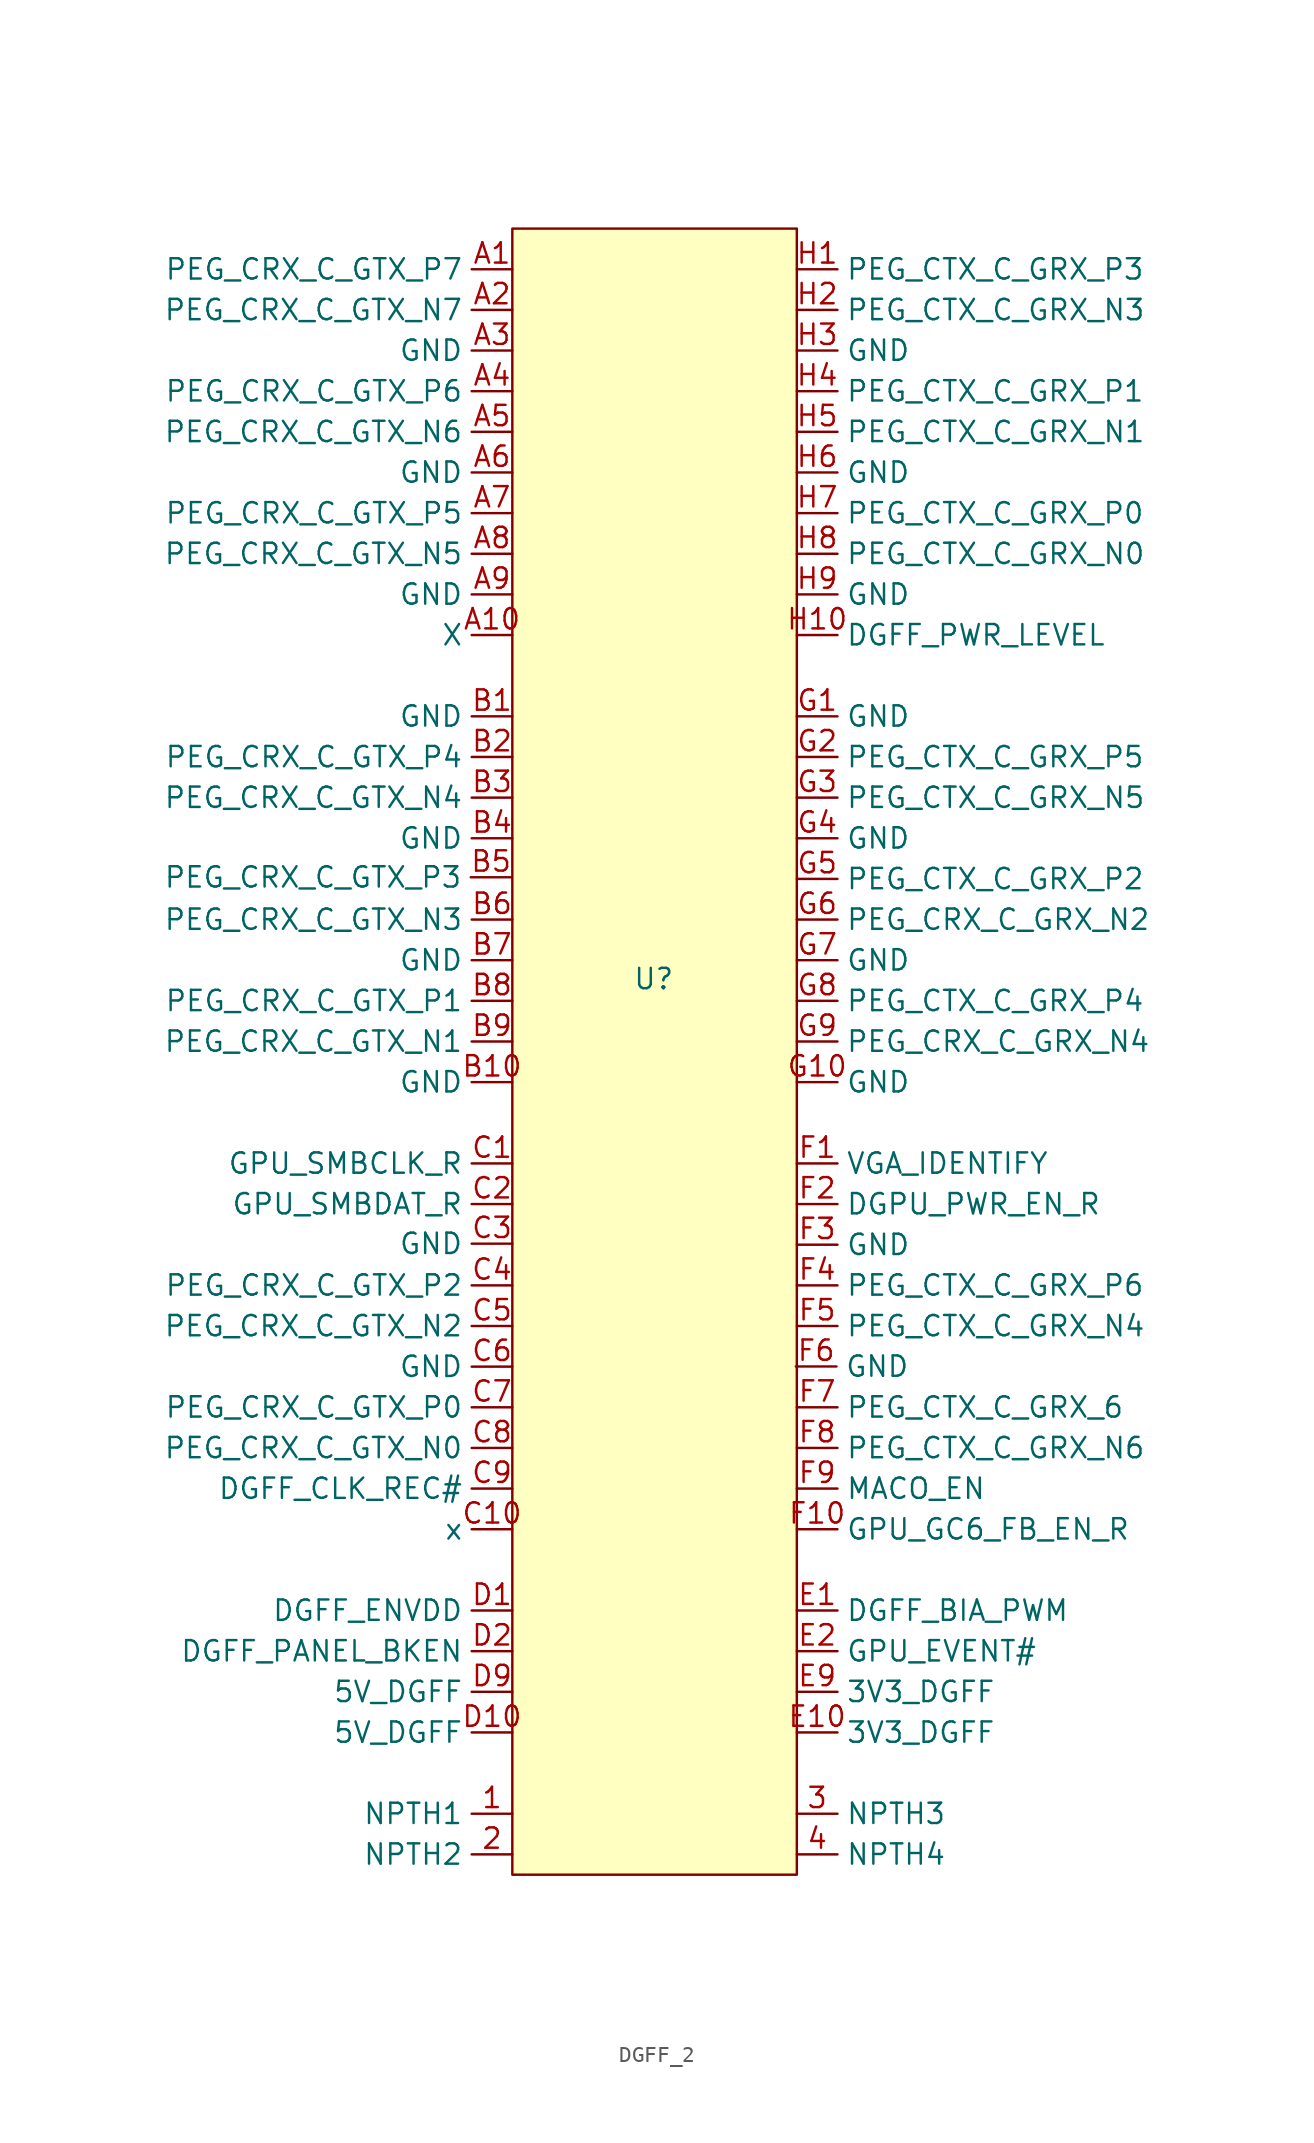
<source format=kicad_sym>
(kicad_symbol_lib
  (version 20231120)
  (generator "kicad_symbol_editor")
  (generator_version "8.0")
  (symbol "DGFF_2"
    (property "Reference" "U"
      (at 0 0 0)
      (effects (font (size 1.27 1.27))))
    (property "Value" ""
      (at 0 0 0)
      (effects (font (size 1.27 1.27))))
    (property "ki_locked" ""
      (at 0 0 0)
      (effects (font (size 1.27 1.27))))
    (symbol "DGFF_2_1_1"
      (rectangle (start -8.833 46.887) (end 8.947 -55.983) (stroke (width 0) (type default)) (fill (type background)))
      (pin input line (at -8.833 -52.173 180) (length 2.54) (name "NPTH1" (effects (font (size 1.27 1.27)))) (number "1" (effects (font (size 1.27 1.27)))))
      (pin input line (at -8.833 -54.713 180) (length 2.54) (name "NPTH2" (effects (font (size 1.27 1.27)))) (number "2" (effects (font (size 1.27 1.27)))))
      (pin input line (at 8.947 -52.173 0) (length 2.54) (name "NPTH3" (effects (font (size 1.27 1.27)))) (number "3" (effects (font (size 1.27 1.27)))))
      (pin input line (at 8.947 -54.713 0) (length 2.54) (name "NPTH4" (effects (font (size 1.27 1.27)))) (number "4" (effects (font (size 1.27 1.27)))))
      (pin input line (at -8.833 44.347 180) (length 2.54) (name "PEG_CRX_C_GTX_P7" (effects (font (size 1.27 1.27)))) (number "A1" (effects (font (size 1.27 1.27)))))
      (pin input line (at -8.833 21.487 180) (length 2.54) (name "X" (effects (font (size 1.27 1.27)))) (number "A10" (effects (font (size 1.27 1.27)))))
      (pin input line (at -8.833 41.807 180) (length 2.54) (name "PEG_CRX_C_GTX_N7" (effects (font (size 1.27 1.27)))) (number "A2" (effects (font (size 1.27 1.27)))))
      (pin input line (at -8.833 39.267 180) (length 2.54) (name "GND" (effects (font (size 1.27 1.27)))) (number "A3" (effects (font (size 1.27 1.27)))))
      (pin input line (at -8.833 36.727 180) (length 2.54) (name "PEG_CRX_C_GTX_P6" (effects (font (size 1.27 1.27)))) (number "A4" (effects (font (size 1.27 1.27)))))
      (pin input line (at -8.833 34.187 180) (length 2.54) (name "PEG_CRX_C_GTX_N6" (effects (font (size 1.27 1.27)))) (number "A5" (effects (font (size 1.27 1.27)))))
      (pin input line (at -8.833 31.647 180) (length 2.54) (name "GND" (effects (font (size 1.27 1.27)))) (number "A6" (effects (font (size 1.27 1.27)))))
      (pin input line (at -8.833 29.107 180) (length 2.54) (name "PEG_CRX_C_GTX_P5" (effects (font (size 1.27 1.27)))) (number "A7" (effects (font (size 1.27 1.27)))))
      (pin input line (at -8.833 26.567 180) (length 2.54) (name "PEG_CRX_C_GTX_N5" (effects (font (size 1.27 1.27)))) (number "A8" (effects (font (size 1.27 1.27)))))
      (pin input line (at -8.833 24.027 180) (length 2.54) (name "GND" (effects (font (size 1.27 1.27)))) (number "A9" (effects (font (size 1.27 1.27)))))
      (pin input line (at -8.833 16.407 180) (length 2.54) (name "GND" (effects (font (size 1.27 1.27)))) (number "B1" (effects (font (size 1.27 1.27)))))
      (pin input line (at -8.833 -6.453 180) (length 2.54) (name "GND" (effects (font (size 1.27 1.27)))) (number "B10" (effects (font (size 1.27 1.27)))))
      (pin input line (at -8.833 13.867 180) (length 2.54) (name "PEG_CRX_C_GTX_P4" (effects (font (size 1.27 1.27)))) (number "B2" (effects (font (size 1.27 1.27)))))
      (pin input line (at -8.833 11.327 180) (length 2.54) (name "PEG_CRX_C_GTX_N4" (effects (font (size 1.27 1.27)))) (number "B3" (effects (font (size 1.27 1.27)))))
      (pin input line (at -8.833 8.787 180) (length 2.54) (name "GND" (effects (font (size 1.27 1.27)))) (number "B4" (effects (font (size 1.27 1.27)))))
      (pin input line (at -8.89 6.35 180) (length 2.54) (name "PEG_CRX_C_GTX_P3" (effects (font (size 1.27 1.27)))) (number "B5" (effects (font (size 1.27 1.27)))))
      (pin input line (at -8.833 3.707 180) (length 2.54) (name "PEG_CRX_C_GTX_N3" (effects (font (size 1.27 1.27)))) (number "B6" (effects (font (size 1.27 1.27)))))
      (pin input line (at -8.833 1.167 180) (length 2.54) (name "GND" (effects (font (size 1.27 1.27)))) (number "B7" (effects (font (size 1.27 1.27)))))
      (pin input line (at -8.833 -1.373 180) (length 2.54) (name "PEG_CRX_C_GTX_P1" (effects (font (size 1.27 1.27)))) (number "B8" (effects (font (size 1.27 1.27)))))
      (pin input line (at -8.833 -3.913 180) (length 2.54) (name "PEG_CRX_C_GTX_N1" (effects (font (size 1.27 1.27)))) (number "B9" (effects (font (size 1.27 1.27)))))
      (pin input line (at -8.833 -11.533 180) (length 2.54) (name "GPU_SMBCLK_R" (effects (font (size 1.27 1.27)))) (number "C1" (effects (font (size 1.27 1.27)))))
      (pin input line (at -8.833 -34.393 180) (length 2.54) (name "x" (effects (font (size 1.27 1.27)))) (number "C10" (effects (font (size 1.27 1.27)))))
      (pin input line (at -8.833 -14.073 180) (length 2.54) (name "GPU_SMBDAT_R" (effects (font (size 1.27 1.27)))) (number "C2" (effects (font (size 1.27 1.27)))))
      (pin input line (at -8.833 -16.548 180) (length 2.54) (name "GND" (effects (font (size 1.27 1.27)))) (number "C3" (effects (font (size 1.27 1.27)))))
      (pin input line (at -8.833 -19.153 180) (length 2.54) (name "PEG_CRX_C_GTX_P2" (effects (font (size 1.27 1.27)))) (number "C4" (effects (font (size 1.27 1.27)))))
      (pin input line (at -8.833 -21.693 180) (length 2.54) (name "PEG_CRX_C_GTX_N2" (effects (font (size 1.27 1.27)))) (number "C5" (effects (font (size 1.27 1.27)))))
      (pin input line (at -8.833 -24.233 180) (length 2.54) (name "GND" (effects (font (size 1.27 1.27)))) (number "C6" (effects (font (size 1.27 1.27)))))
      (pin input line (at -8.833 -26.773 180) (length 2.54) (name "PEG_CRX_C_GTX_P0" (effects (font (size 1.27 1.27)))) (number "C7" (effects (font (size 1.27 1.27)))))
      (pin input line (at -8.833 -29.313 180) (length 2.54) (name "PEG_CRX_C_GTX_N0" (effects (font (size 1.27 1.27)))) (number "C8" (effects (font (size 1.27 1.27)))))
      (pin input line (at -8.833 -31.853 180) (length 2.54) (name "DGFF_CLK_REC#" (effects (font (size 1.27 1.27)))) (number "C9" (effects (font (size 1.27 1.27)))))
      (pin input line (at -8.833 -39.473 180) (length 2.54) (name "DGFF_ENVDD" (effects (font (size 1.27 1.27)))) (number "D1" (effects (font (size 1.27 1.27)))))
      (pin input line (at -8.833 -47.093 180) (length 2.54) (name "5V_DGFF" (effects (font (size 1.27 1.27)))) (number "D10" (effects (font (size 1.27 1.27)))))
      (pin input line (at -8.833 -42.013 180) (length 2.54) (name "DGFF_PANEL_BKEN" (effects (font (size 1.27 1.27)))) (number "D2" (effects (font (size 1.27 1.27)))))
      (pin input line (at -8.833 -44.553 180) (length 2.54) (name "5V_DGFF" (effects (font (size 1.27 1.27)))) (number "D9" (effects (font (size 1.27 1.27)))))
      (pin input line (at 8.947 -39.473 0) (length 2.54) (name "DGFF_BIA_PWM" (effects (font (size 1.27 1.27)))) (number "E1" (effects (font (size 1.27 1.27)))))
      (pin input line (at 8.947 -47.093 0) (length 2.54) (name "3V3_DGFF" (effects (font (size 1.27 1.27)))) (number "E10" (effects (font (size 1.27 1.27)))))
      (pin input line (at 8.947 -42.013 0) (length 2.54) (name "GPU_EVENT#" (effects (font (size 1.27 1.27)))) (number "E2" (effects (font (size 1.27 1.27)))))
      (pin input line (at 8.947 -44.553 0) (length 2.54) (name "3V3_DGFF" (effects (font (size 1.27 1.27)))) (number "E9" (effects (font (size 1.27 1.27)))))
      (pin input line (at 8.947 -11.533 0) (length 2.54) (name "VGA_IDENTIFY" (effects (font (size 1.27 1.27)))) (number "F1" (effects (font (size 1.27 1.27)))))
      (pin input line (at 8.947 -34.393 0) (length 2.54) (name "GPU_GC6_FB_EN_R" (effects (font (size 1.27 1.27)))) (number "F10" (effects (font (size 1.27 1.27)))))
      (pin input line (at 8.947 -14.073 0) (length 2.54) (name "DGPU_PWR_EN_R" (effects (font (size 1.27 1.27)))) (number "F2" (effects (font (size 1.27 1.27)))))
      (pin input line (at 8.947 -16.613 0) (length 2.54) (name "GND" (effects (font (size 1.27 1.27)))) (number "F3" (effects (font (size 1.27 1.27)))))
      (pin input line (at 8.947 -19.153 0) (length 2.54) (name "PEG_CTX_C_GRX_P6" (effects (font (size 1.27 1.27)))) (number "F4" (effects (font (size 1.27 1.27)))))
      (pin input line (at 8.947 -21.693 0) (length 2.54) (name "PEG_CTX_C_GRX_N4" (effects (font (size 1.27 1.27)))) (number "F5" (effects (font (size 1.27 1.27)))))
      (pin input line (at 8.885 -24.221 0) (length 2.54) (name "GND" (effects (font (size 1.27 1.27)))) (number "F6" (effects (font (size 1.27 1.27)))))
      (pin input line (at 8.947 -26.773 0) (length 2.54) (name "PEG_CTX_C_GRX_6" (effects (font (size 1.27 1.27)))) (number "F7" (effects (font (size 1.27 1.27)))))
      (pin input line (at 8.947 -29.313 0) (length 2.54) (name "PEG_CTX_C_GRX_N6" (effects (font (size 1.27 1.27)))) (number "F8" (effects (font (size 1.27 1.27)))))
      (pin input line (at 8.947 -31.853 0) (length 2.54) (name "MACO_EN" (effects (font (size 1.27 1.27)))) (number "F9" (effects (font (size 1.27 1.27)))))
      (pin input line (at 8.947 16.407 0) (length 2.54) (name "GND" (effects (font (size 1.27 1.27)))) (number "G1" (effects (font (size 1.27 1.27)))))
      (pin input line (at 8.947 -6.453 0) (length 2.54) (name "GND" (effects (font (size 1.27 1.27)))) (number "G10" (effects (font (size 1.27 1.27)))))
      (pin input line (at 8.947 13.867 0) (length 2.54) (name "PEG_CTX_C_GRX_P5" (effects (font (size 1.27 1.27)))) (number "G2" (effects (font (size 1.27 1.27)))))
      (pin input line (at 8.947 11.327 0) (length 2.54) (name "PEG_CTX_C_GRX_N5" (effects (font (size 1.27 1.27)))) (number "G3" (effects (font (size 1.27 1.27)))))
      (pin input line (at 8.947 8.787 0) (length 2.54) (name "GND" (effects (font (size 1.27 1.27)))) (number "G4" (effects (font (size 1.27 1.27)))))
      (pin input line (at 8.947 6.247 0) (length 2.54) (name "PEG_CTX_C_GRX_P2" (effects (font (size 1.27 1.27)))) (number "G5" (effects (font (size 1.27 1.27)))))
      (pin input line (at 8.947 3.707 0) (length 2.54) (name "PEG_CRX_C_GRX_N2" (effects (font (size 1.27 1.27)))) (number "G6" (effects (font (size 1.27 1.27)))))
      (pin input line (at 8.947 1.167 0) (length 2.54) (name "GND" (effects (font (size 1.27 1.27)))) (number "G7" (effects (font (size 1.27 1.27)))))
      (pin input line (at 8.947 -1.373 0) (length 2.54) (name "PEG_CTX_C_GRX_P4" (effects (font (size 1.27 1.27)))) (number "G8" (effects (font (size 1.27 1.27)))))
      (pin input line (at 8.947 -3.913 0) (length 2.54) (name "PEG_CRX_C_GRX_N4" (effects (font (size 1.27 1.27)))) (number "G9" (effects (font (size 1.27 1.27)))))
      (pin input line (at 8.947 44.347 0) (length 2.54) (name "PEG_CTX_C_GRX_P3" (effects (font (size 1.27 1.27)))) (number "H1" (effects (font (size 1.27 1.27)))))
      (pin input line (at 8.947 21.487 0) (length 2.54) (name "DGFF_PWR_LEVEL" (effects (font (size 1.27 1.27)))) (number "H10" (effects (font (size 1.27 1.27)))))
      (pin input line (at 8.947 41.807 0) (length 2.54) (name "PEG_CTX_C_GRX_N3" (effects (font (size 1.27 1.27)))) (number "H2" (effects (font (size 1.27 1.27)))))
      (pin input line (at 8.947 39.267 0) (length 2.54) (name "GND" (effects (font (size 1.27 1.27)))) (number "H3" (effects (font (size 1.27 1.27)))))
      (pin input line (at 8.947 36.727 0) (length 2.54) (name "PEG_CTX_C_GRX_P1" (effects (font (size 1.27 1.27)))) (number "H4" (effects (font (size 1.27 1.27)))))
      (pin input line (at 8.947 34.187 0) (length 2.54) (name "PEG_CTX_C_GRX_N1" (effects (font (size 1.27 1.27)))) (number "H5" (effects (font (size 1.27 1.27)))))
      (pin input line (at 8.947 31.647 0) (length 2.54) (name "GND" (effects (font (size 1.27 1.27)))) (number "H6" (effects (font (size 1.27 1.27)))))
      (pin input line (at 8.947 29.107 0) (length 2.54) (name "PEG_CTX_C_GRX_P0" (effects (font (size 1.27 1.27)))) (number "H7" (effects (font (size 1.27 1.27)))))
      (pin input line (at 8.947 26.567 0) (length 2.54) (name "PEG_CTX_C_GRX_N0" (effects (font (size 1.27 1.27)))) (number "H8" (effects (font (size 1.27 1.27)))))
      (pin input line (at 8.947 24.027 0) (length 2.54) (name "GND" (effects (font (size 1.27 1.27)))) (number "H9" (effects (font (size 1.27 1.27))))))))
</source>
